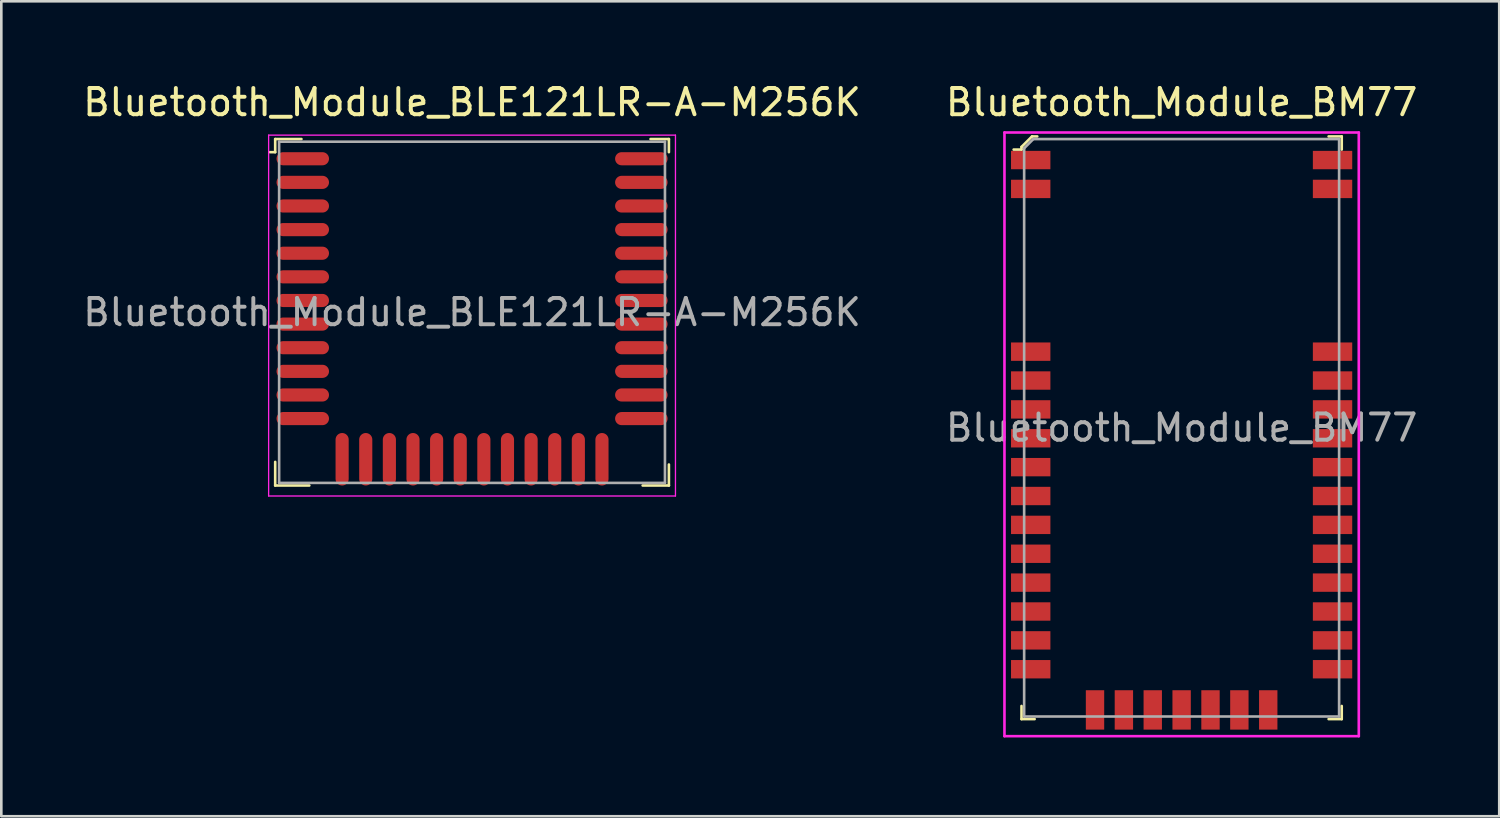
<source format=kicad_pcb>
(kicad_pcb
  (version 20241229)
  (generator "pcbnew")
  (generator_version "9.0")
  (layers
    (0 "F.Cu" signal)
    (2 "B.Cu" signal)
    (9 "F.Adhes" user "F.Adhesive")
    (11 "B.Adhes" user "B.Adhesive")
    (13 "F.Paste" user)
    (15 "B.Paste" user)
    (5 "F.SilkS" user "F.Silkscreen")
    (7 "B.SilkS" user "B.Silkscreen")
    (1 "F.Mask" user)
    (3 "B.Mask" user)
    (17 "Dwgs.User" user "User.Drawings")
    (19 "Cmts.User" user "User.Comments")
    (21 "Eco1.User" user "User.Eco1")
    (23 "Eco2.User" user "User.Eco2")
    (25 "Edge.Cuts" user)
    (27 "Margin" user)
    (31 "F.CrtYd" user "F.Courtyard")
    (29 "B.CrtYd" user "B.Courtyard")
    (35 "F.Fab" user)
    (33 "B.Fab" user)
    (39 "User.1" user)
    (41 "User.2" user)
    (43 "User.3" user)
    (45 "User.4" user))
  (footprint "Bluetooth_Module_BM77"
    (layer "F.Cu")
    (at 41.97 13.248)
    (property "Reference" "Bluetooth_Module_BM77" (at 0 -12.4 0) (layer "F.SilkS") (effects (font (size 1 1) (thickness 0.15))))
    (attr through_hole)
    (fp_line (start -6.1 -10.7) (end -6.1 -10.6) (stroke (width 0.1) (type solid)) (layer "F.SilkS"))
    (fp_line (start -6.1 -10.6) (end -6.4 -10.6) (stroke (width 0.1) (type solid)) (layer "F.SilkS"))
    (fp_line (start -6.1 11.1) (end -6.1 10.6) (stroke (width 0.1) (type solid)) (layer "F.SilkS"))
    (fp_line (start -6.1 11.1) (end -5.6 11.1) (stroke (width 0.1) (type solid)) (layer "F.SilkS"))
    (fp_line (start -5.7 -11.1) (end -6.1 -10.7) (stroke (width 0.1) (type solid)) (layer "F.SilkS"))
    (fp_line (start -5.5 -11.1) (end -5.7 -11.1) (stroke (width 0.1) (type solid)) (layer "F.SilkS"))
    (fp_line (start 6.1 -11.1) (end 5.6 -11.1) (stroke (width 0.1) (type solid)) (layer "F.SilkS"))
    (fp_line (start 6.1 -11.1) (end 6.1 -10.6) (stroke (width 0.1) (type solid)) (layer "F.SilkS"))
    (fp_line (start 6.1 11.1) (end 5.6 11.1) (stroke (width 0.1) (type solid)) (layer "F.SilkS"))
    (fp_line (start 6.1 11.1) (end 6.1 10.6) (stroke (width 0.1) (type solid)) (layer "F.SilkS"))
    (fp_line (start -6.75 11.75) (end -6.75 -11.25) (stroke (width 0.1) (type solid)) (layer "F.CrtYd"))
    (fp_line (start 6.75 -11.25) (end -6.75 -11.25) (stroke (width 0.1) (type solid)) (layer "F.CrtYd"))
    (fp_line (start 6.75 11.75) (end -6.75 11.75) (stroke (width 0.1) (type solid)) (layer "F.CrtYd"))
    (fp_line (start 6.75 11.75) (end 6.75 -11.25) (stroke (width 0.1) (type solid)) (layer "F.CrtYd"))
    (fp_line (start -6 -10.65) (end -6 11) (stroke (width 0.1) (type solid)) (layer "F.Fab"))
    (fp_line (start -6 -10.65) (end -5.65 -11) (stroke (width 0.1) (type solid)) (layer "F.Fab"))
    (fp_line (start -6 11) (end 6 11) (stroke (width 0.1) (type solid)) (layer "F.Fab"))
    (fp_line (start -5.65 -11) (end 6 -11) (stroke (width 0.1) (type solid)) (layer "F.Fab"))
    (fp_line (start 6 -11) (end 6 11) (stroke (width 0.1) (type solid)) (layer "F.Fab"))
    (fp_text user "${REFERENCE}" (at 0 0 0) (layer "F.Fab") (effects (font (size 1 1) (thickness 0.15))))
    (pad "1" smd rect (at -5.75 -10.2) (size 1.5 0.7) (layers "F.Cu" "F.Mask" "F.Paste"))
    (pad "2" smd rect (at -5.75 -9.1) (size 1.5 0.7) (layers "F.Cu" "F.Mask" "F.Paste"))
    (pad "3" smd rect (at -5.75 -2.9) (size 1.5 0.7) (layers "F.Cu" "F.Mask" "F.Paste"))
    (pad "4" smd rect (at -5.75 -1.8) (size 1.5 0.7) (layers "F.Cu" "F.Mask" "F.Paste"))
    (pad "5" smd rect (at -5.75 -0.7) (size 1.5 0.7) (layers "F.Cu" "F.Mask" "F.Paste"))
    (pad "6" smd rect (at -5.75 0.4) (size 1.5 0.7) (layers "F.Cu" "F.Mask" "F.Paste"))
    (pad "7" smd rect (at -5.75 1.5) (size 1.5 0.7) (layers "F.Cu" "F.Mask" "F.Paste"))
    (pad "8" smd rect (at -5.75 2.6) (size 1.5 0.7) (layers "F.Cu" "F.Mask" "F.Paste"))
    (pad "9" smd rect (at -5.75 3.7) (size 1.5 0.7) (layers "F.Cu" "F.Mask" "F.Paste"))
    (pad "10" smd rect (at -5.75 4.8) (size 1.5 0.7) (layers "F.Cu" "F.Mask" "F.Paste"))
    (pad "11" smd rect (at -5.75 5.9) (size 1.5 0.7) (layers "F.Cu" "F.Mask" "F.Paste"))
    (pad "12" smd rect (at -5.75 7) (size 1.5 0.7) (layers "F.Cu" "F.Mask" "F.Paste"))
    (pad "13" smd rect (at -5.75 8.1) (size 1.5 0.7) (layers "F.Cu" "F.Mask" "F.Paste"))
    (pad "14" smd rect (at -5.75 9.2) (size 1.5 0.7) (layers "F.Cu" "F.Mask" "F.Paste"))
    (pad "15" smd rect (at -3.3 10.75) (size 0.7 1.5) (layers "F.Cu" "F.Mask" "F.Paste"))
    (pad "16" smd rect (at -2.2 10.75) (size 0.7 1.5) (layers "F.Cu" "F.Mask" "F.Paste"))
    (pad "17" smd rect (at -1.1 10.75) (size 0.7 1.5) (layers "F.Cu" "F.Mask" "F.Paste"))
    (pad "18" smd rect (at 0 10.75) (size 0.7 1.5) (layers "F.Cu" "F.Mask" "F.Paste"))
    (pad "19" smd rect (at 1.1 10.75) (size 0.7 1.5) (layers "F.Cu" "F.Mask" "F.Paste"))
    (pad "20" smd rect (at 2.2 10.75) (size 0.7 1.5) (layers "F.Cu" "F.Mask" "F.Paste"))
    (pad "21" smd rect (at 3.3 10.75) (size 0.7 1.5) (layers "F.Cu" "F.Mask" "F.Paste"))
    (pad "22" smd rect (at 5.75 9.2) (size 1.5 0.7) (layers "F.Cu" "F.Mask" "F.Paste"))
    (pad "23" smd rect (at 5.75 8.1) (size 1.5 0.7) (layers "F.Cu" "F.Mask" "F.Paste"))
    (pad "24" smd rect (at 5.75 7) (size 1.5 0.7) (layers "F.Cu" "F.Mask" "F.Paste"))
    (pad "25" smd rect (at 5.75 5.9) (size 1.5 0.7) (layers "F.Cu" "F.Mask" "F.Paste"))
    (pad "26" smd rect (at 5.75 4.8) (size 1.5 0.7) (layers "F.Cu" "F.Mask" "F.Paste"))
    (pad "27" smd rect (at 5.75 3.7) (size 1.5 0.7) (layers "F.Cu" "F.Mask" "F.Paste"))
    (pad "28" smd rect (at 5.75 2.6) (size 1.5 0.7) (layers "F.Cu" "F.Mask" "F.Paste"))
    (pad "29" smd rect (at 5.75 1.5) (size 1.5 0.7) (layers "F.Cu" "F.Mask" "F.Paste"))
    (pad "30" smd rect (at 5.75 0.4) (size 1.5 0.7) (layers "F.Cu" "F.Mask" "F.Paste"))
    (pad "31" smd rect (at 5.75 -0.7) (size 1.5 0.7) (layers "F.Cu" "F.Mask" "F.Paste"))
    (pad "32" smd rect (at 5.75 -1.8) (size 1.5 0.7) (layers "F.Cu" "F.Mask" "F.Paste"))
    (pad "33" smd rect (at 5.75 -2.9) (size 1.5 0.7) (layers "F.Cu" "F.Mask" "F.Paste"))
    (pad "34" smd rect (at 5.75 -9.1) (size 1.5 0.7) (layers "F.Cu" "F.Mask" "F.Paste"))
    (pad "35" smd rect (at 5.75 -10.2) (size 1.5 0.7) (layers "F.Cu" "F.Mask" "F.Paste")))
  (footprint "Bluetooth_Module_BLE121LR-A-M256K"
    (layer "F.Cu")
    (at 14.935 8.848)
    (property "Reference" "Bluetooth_Module_BLE121LR-A-M256K" (at 0 -8 0) (layer "F.SilkS") (effects (font (size 1 1) (thickness 0.15))))
    (attr smd)
    (fp_line (start -7.5 -6.6) (end -6.5 -6.6) (stroke (width 0.1) (type solid)) (layer "F.SilkS"))
    (fp_line (start -7.5 -6.1) (end -7.7 -6.1) (stroke (width 0.1) (type solid)) (layer "F.SilkS"))
    (fp_line (start -7.5 -6.1) (end -7.5 -6.6) (stroke (width 0.1) (type solid)) (layer "F.SilkS"))
    (fp_line (start -7.5 5.7) (end -7.5 6.6) (stroke (width 0.1) (type solid)) (layer "F.SilkS"))
    (fp_line (start -7.5 6.6) (end -6.2 6.6) (stroke (width 0.1) (type solid)) (layer "F.SilkS"))
    (fp_line (start 6.8 -6.6) (end 7.5 -6.6) (stroke (width 0.1) (type solid)) (layer "F.SilkS"))
    (fp_line (start 7.5 -6.6) (end 7.5 -6.1) (stroke (width 0.1) (type solid)) (layer "F.SilkS"))
    (fp_line (start 7.5 5.8) (end 7.5 6.6) (stroke (width 0.1) (type solid)) (layer "F.SilkS"))
    (fp_line (start 7.5 6.6) (end 6.5 6.6) (stroke (width 0.1) (type solid)) (layer "F.SilkS"))
    (fp_line (start -7.75 -6.75) (end -7.75 7) (stroke (width 0.05) (type solid)) (layer "F.CrtYd"))
    (fp_line (start -7.75 -6.75) (end 7.75 -6.75) (stroke (width 0.05) (type solid)) (layer "F.CrtYd"))
    (fp_line (start -7.75 7) (end 7.75 7) (stroke (width 0.05) (type solid)) (layer "F.CrtYd"))
    (fp_line (start 7.75 -6.75) (end 7.75 7) (stroke (width 0.05) (type solid)) (layer "F.CrtYd"))
    (fp_line (start -7.35 -6.5) (end -7.35 6.5) (stroke (width 0.1) (type solid)) (layer "F.Fab"))
    (fp_line (start -7.35 -6.5) (end 7.35 -6.5) (stroke (width 0.1) (type solid)) (layer "F.Fab"))
    (fp_line (start -7.35 6.5) (end 7.35 6.5) (stroke (width 0.1) (type solid)) (layer "F.Fab"))
    (fp_line (start 7.35 -6.5) (end 7.35 6.5) (stroke (width 0.1) (type solid)) (layer "F.Fab"))
    (fp_text user "${REFERENCE}" (at 0 0 0) (layer "F.Fab") (effects (font (size 1 1) (thickness 0.15))))
    (pad "1" smd oval (at -6.45 -5.85) (size 2 0.5) (layers "F.Cu" "F.Mask" "F.Paste"))
    (pad "2" smd oval (at -6.45 -4.95) (size 2 0.5) (layers "F.Cu" "F.Mask" "F.Paste"))
    (pad "3" smd oval (at -6.45 -4.05) (size 2 0.5) (layers "F.Cu" "F.Mask" "F.Paste"))
    (pad "4" smd oval (at -6.45 -3.15) (size 2 0.5) (layers "F.Cu" "F.Mask" "F.Paste"))
    (pad "5" smd oval (at -6.45 -2.25) (size 2 0.5) (layers "F.Cu" "F.Mask" "F.Paste"))
    (pad "6" smd oval (at -6.45 -1.35) (size 2 0.5) (layers "F.Cu" "F.Mask" "F.Paste"))
    (pad "7" smd oval (at -6.45 -0.45) (size 2 0.5) (layers "F.Cu" "F.Mask" "F.Paste"))
    (pad "8" smd oval (at -6.45 0.45) (size 2 0.5) (layers "F.Cu" "F.Mask" "F.Paste"))
    (pad "9" smd oval (at -6.45 1.35) (size 2 0.5) (layers "F.Cu" "F.Mask" "F.Paste"))
    (pad "10" smd oval (at -6.45 2.25) (size 2 0.5) (layers "F.Cu" "F.Mask" "F.Paste"))
    (pad "11" smd oval (at -6.45 3.15) (size 2 0.5) (layers "F.Cu" "F.Mask" "F.Paste"))
    (pad "12" smd oval (at -6.45 4.05) (size 2 0.5) (layers "F.Cu" "F.Mask" "F.Paste"))
    (pad "13" smd oval (at -4.95 5.6) (size 0.5 2) (layers "F.Cu" "F.Mask" "F.Paste"))
    (pad "14" smd oval (at -4.05 5.6) (size 0.5 2) (layers "F.Cu" "F.Mask" "F.Paste"))
    (pad "15" smd oval (at -3.15 5.6) (size 0.5 2) (layers "F.Cu" "F.Mask" "F.Paste"))
    (pad "16" smd oval (at -2.25 5.6) (size 0.5 2) (layers "F.Cu" "F.Mask" "F.Paste"))
    (pad "17" smd oval (at -1.35 5.6) (size 0.5 2) (layers "F.Cu" "F.Mask" "F.Paste"))
    (pad "18" smd oval (at -0.45 5.6) (size 0.5 2) (layers "F.Cu" "F.Mask" "F.Paste"))
    (pad "19" smd oval (at 0.45 5.6) (size 0.5 2) (layers "F.Cu" "F.Mask" "F.Paste"))
    (pad "20" smd oval (at 1.35 5.6) (size 0.5 2) (layers "F.Cu" "F.Mask" "F.Paste"))
    (pad "21" smd oval (at 2.25 5.6) (size 0.5 2) (layers "F.Cu" "F.Mask" "F.Paste"))
    (pad "22" smd oval (at 3.15 5.6) (size 0.5 2) (layers "F.Cu" "F.Mask" "F.Paste"))
    (pad "23" smd oval (at 4.05 5.6) (size 0.5 2) (layers "F.Cu" "F.Mask" "F.Paste"))
    (pad "24" smd oval (at 4.95 5.6) (size 0.5 2) (layers "F.Cu" "F.Mask" "F.Paste"))
    (pad "25" smd oval (at 6.45 4.05) (size 2 0.5) (layers "F.Cu" "F.Mask" "F.Paste"))
    (pad "26" smd oval (at 6.45 3.15) (size 2 0.5) (layers "F.Cu" "F.Mask" "F.Paste"))
    (pad "27" smd oval (at 6.45 2.25) (size 2 0.5) (layers "F.Cu" "F.Mask" "F.Paste"))
    (pad "28" smd oval (at 6.45 1.35) (size 2 0.5) (layers "F.Cu" "F.Mask" "F.Paste"))
    (pad "29" smd oval (at 6.45 0.45) (size 2 0.5) (layers "F.Cu" "F.Mask" "F.Paste"))
    (pad "30" smd oval (at 6.45 -0.45) (size 2 0.5) (layers "F.Cu" "F.Mask" "F.Paste"))
    (pad "31" smd oval (at 6.45 -1.35) (size 2 0.5) (layers "F.Cu" "F.Mask" "F.Paste"))
    (pad "32" smd oval (at 6.45 -2.25) (size 2 0.5) (layers "F.Cu" "F.Mask" "F.Paste"))
    (pad "33" smd oval (at 6.45 -3.15) (size 2 0.5) (layers "F.Cu" "F.Mask" "F.Paste"))
    (pad "34" smd oval (at 6.45 -4.05) (size 2 0.5) (layers "F.Cu" "F.Mask" "F.Paste"))
    (pad "35" smd oval (at 6.45 -4.95) (size 2 0.5) (layers "F.Cu" "F.Mask" "F.Paste"))
    (pad "36" smd oval (at 6.45 -5.85) (size 2 0.5) (layers "F.Cu" "F.Mask" "F.Paste")))
  (gr_rect
    (start -3 -3)
    (end 54.071 28.048)
    (stroke (width 0.1) (type default))
    (fill no)
    (layer "Edge.Cuts")))
</source>
